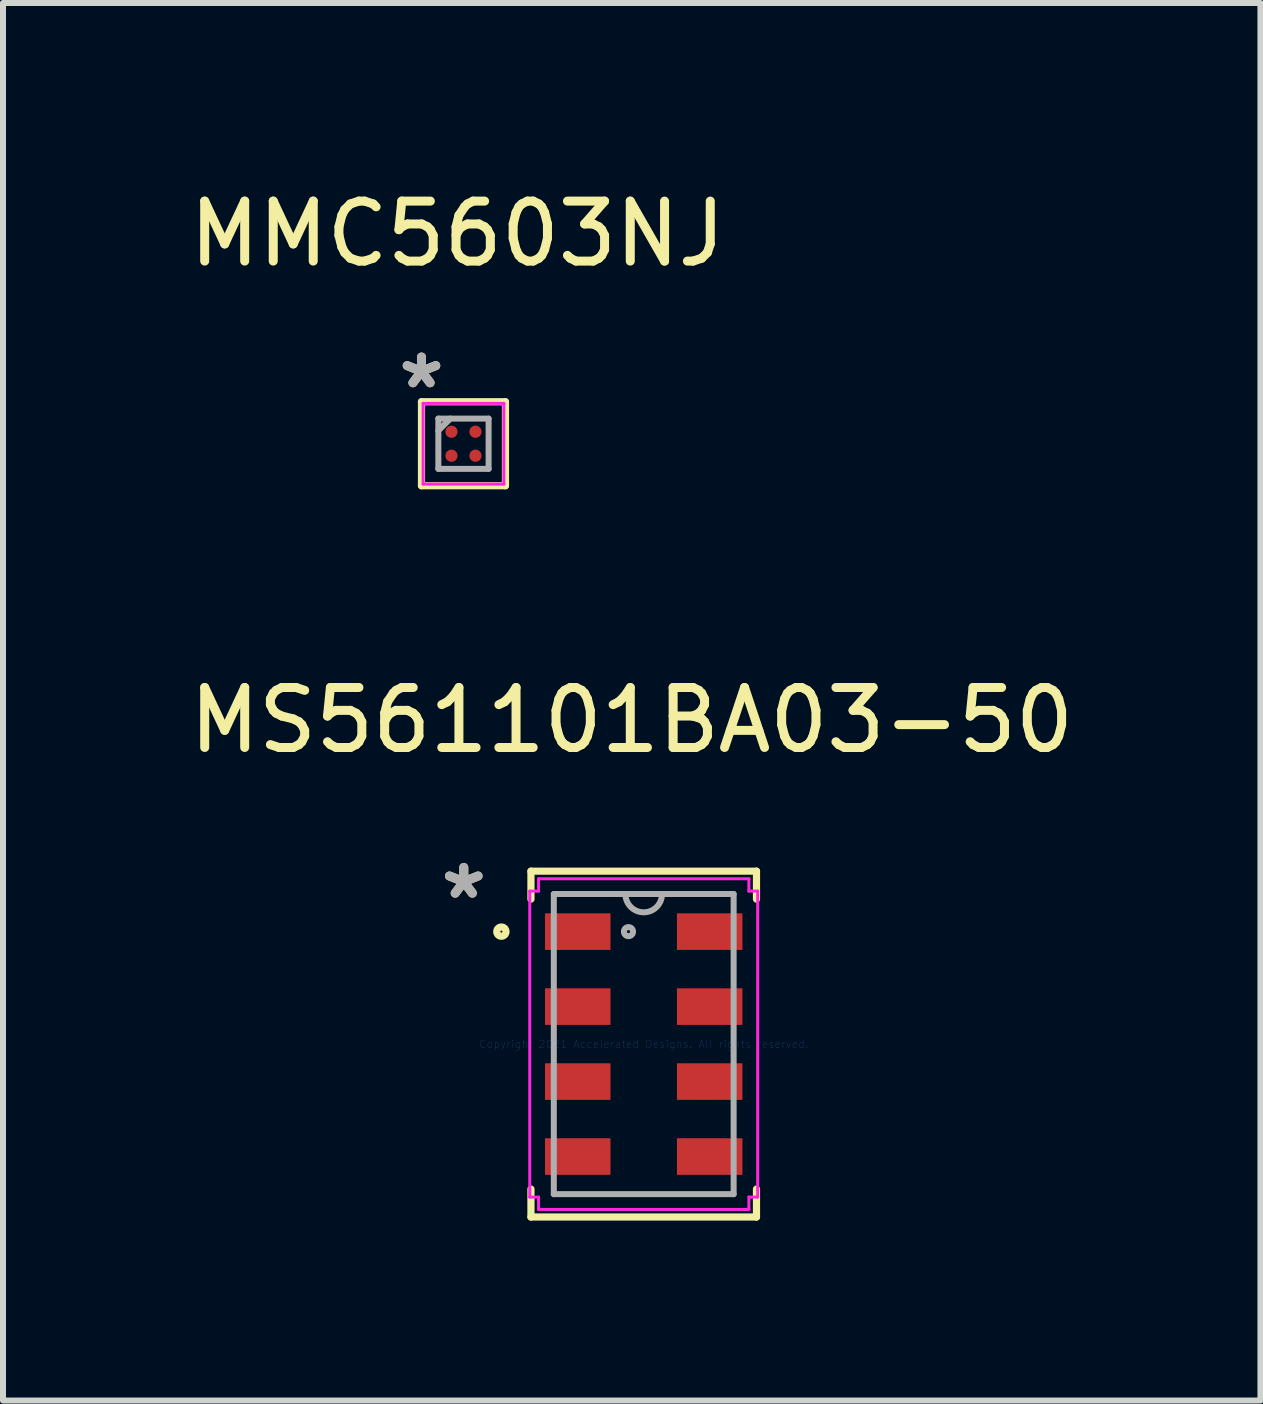
<source format=kicad_pcb>
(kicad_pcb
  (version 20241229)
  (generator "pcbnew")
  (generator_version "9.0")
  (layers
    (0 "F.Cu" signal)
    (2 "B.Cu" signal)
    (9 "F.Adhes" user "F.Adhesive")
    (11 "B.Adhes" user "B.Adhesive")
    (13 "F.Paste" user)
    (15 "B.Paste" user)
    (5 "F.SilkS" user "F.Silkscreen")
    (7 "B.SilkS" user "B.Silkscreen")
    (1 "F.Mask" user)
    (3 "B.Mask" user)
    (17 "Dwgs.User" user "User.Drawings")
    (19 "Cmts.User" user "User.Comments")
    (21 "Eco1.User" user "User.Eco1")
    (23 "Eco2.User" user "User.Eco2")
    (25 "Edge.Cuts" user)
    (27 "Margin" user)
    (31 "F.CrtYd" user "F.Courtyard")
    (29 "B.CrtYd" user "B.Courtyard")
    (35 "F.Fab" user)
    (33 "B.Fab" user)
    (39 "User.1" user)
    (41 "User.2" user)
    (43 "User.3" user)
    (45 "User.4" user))
  (footprint "MMC5603NJ"
    (layer "F.Cu")
    (at 4.677 4.348)
    (property "Reference" "MMC5603NJ" (at -0.1 -3.5 0) (layer "F.SilkS") (effects (font (size 1 1) (thickness 0.15))))
    (attr through_hole)
    (fp_line (start -0.7 -0.7) (end 0.7 -0.7) (stroke (width 0.12) (type solid)) (layer "F.SilkS"))
    (fp_line (start -0.7 0.7) (end -0.7 -0.7) (stroke (width 0.12) (type solid)) (layer "F.SilkS"))
    (fp_line (start 0.7 -0.7) (end 0.7 0.7) (stroke (width 0.12) (type solid)) (layer "F.SilkS"))
    (fp_line (start 0.7 0.7) (end -0.7 0.7) (stroke (width 0.12) (type solid)) (layer "F.SilkS"))
    (fp_line (start -0.673 -0.673) (end 0.673 -0.673) (stroke (width 0.05) (type solid)) (layer "F.CrtYd"))
    (fp_line (start -0.673 0.673) (end -0.673 -0.673) (stroke (width 0.05) (type solid)) (layer "F.CrtYd"))
    (fp_line (start 0.673 -0.673) (end 0.673 0.673) (stroke (width 0.05) (type solid)) (layer "F.CrtYd"))
    (fp_line (start 0.673 0.673) (end -0.673 0.673) (stroke (width 0.05) (type solid)) (layer "F.CrtYd"))
    (fp_line (start -0.419 -0.419) (end -0.419 0.419) (stroke (width 0.1) (type solid)) (layer "F.Fab"))
    (fp_line (start -0.419 0.419) (end 0.419 0.419) (stroke (width 0.1) (type solid)) (layer "F.Fab"))
    (fp_line (start -0.219 -0.419) (end -0.419 -0.219) (stroke (width 0.1) (type solid)) (layer "F.Fab"))
    (fp_line (start 0.419 -0.419) (end -0.419 -0.419) (stroke (width 0.1) (type solid)) (layer "F.Fab"))
    (fp_line (start 0.419 0.419) (end 0.419 -0.419) (stroke (width 0.1) (type solid)) (layer "F.Fab"))
    (fp_text user "*" (at -0.7 -0.9 0) (layer "F.SilkS") (effects (font (size 1 1) (thickness 0.15))))
    (fp_text user "*" (at -0.7 -0.9 0) (layer "F.Fab") (effects (font (size 1 1) (thickness 0.15))))
    (pad "A1" smd circle (at -0.2 -0.2) (size 0.203 0.203) (layers "F.Cu" "F.Mask" "F.Paste"))
    (pad "A2" smd circle (at 0.2 -0.2) (size 0.203 0.203) (layers "F.Cu" "F.Mask" "F.Paste"))
    (pad "B1" smd circle (at -0.2 0.2) (size 0.203 0.203) (layers "F.Cu" "F.Mask" "F.Paste"))
    (pad "B2" smd circle (at 0.2 0.2) (size 0.203 0.203) (layers "F.Cu" "F.Mask" "F.Paste")))
  (footprint "MS561101BA03-50"
    (layer "F.Cu")
    (at 7.682 14.357)
    (property "Reference" "MS561101BA03-50" (at -0.2 -5.4 0) (layer "F.SilkS") (effects (font (size 1 1) (thickness 0.15))))
    (attr through_hole)
    (fp_poly (pts (xy -1.646 -2.18) (xy -1.646 -1.57) (xy -0.554 -1.57) (xy -0.554 -2.18)) (stroke (width 0.1) (type solid)) (fill yes) (layer "F.Mask"))
    (fp_poly (pts (xy -1.646 -0.93) (xy -1.646 -0.32) (xy -0.554 -0.32) (xy -0.554 -0.93)) (stroke (width 0.1) (type solid)) (fill yes) (layer "F.Mask"))
    (fp_poly (pts (xy -1.646 0.32) (xy -1.646 0.93) (xy -0.554 0.93) (xy -0.554 0.32)) (stroke (width 0.1) (type solid)) (fill yes) (layer "F.Mask"))
    (fp_poly (pts (xy -1.646 1.57) (xy -1.646 2.18) (xy -0.554 2.18) (xy -0.554 1.57)) (stroke (width 0.1) (type solid)) (fill yes) (layer "F.Mask"))
    (fp_poly (pts (xy 0.554 -2.18) (xy 0.554 -1.57) (xy 1.646 -1.57) (xy 1.646 -2.18)) (stroke (width 0.1) (type solid)) (fill yes) (layer "F.Mask"))
    (fp_poly (pts (xy 0.554 -0.93) (xy 0.554 -0.32) (xy 1.646 -0.32) (xy 1.646 -0.93)) (stroke (width 0.1) (type solid)) (fill yes) (layer "F.Mask"))
    (fp_poly (pts (xy 0.554 0.32) (xy 0.554 0.93) (xy 1.646 0.93) (xy 1.646 0.32)) (stroke (width 0.1) (type solid)) (fill yes) (layer "F.Mask"))
    (fp_poly (pts (xy 0.554 1.57) (xy 0.554 2.18) (xy 1.646 2.18) (xy 1.646 1.57)) (stroke (width 0.1) (type solid)) (fill yes) (layer "F.Mask"))
    (fp_line (start -1.88 -2.883) (end -1.88 -2.417) (stroke (width 0.12) (type solid)) (layer "F.SilkS"))
    (fp_line (start -1.88 2.417) (end -1.88 2.883) (stroke (width 0.12) (type solid)) (layer "F.SilkS"))
    (fp_line (start -1.88 2.883) (end 1.88 2.883) (stroke (width 0.12) (type solid)) (layer "F.SilkS"))
    (fp_line (start 1.88 -2.883) (end -1.88 -2.883) (stroke (width 0.12) (type solid)) (layer "F.SilkS"))
    (fp_line (start 1.88 -2.417) (end 1.88 -2.883) (stroke (width 0.12) (type solid)) (layer "F.SilkS"))
    (fp_line (start 1.88 2.883) (end 1.88 2.417) (stroke (width 0.12) (type solid)) (layer "F.SilkS"))
    (fp_circle (center -2.373 -1.875) (end -2.296 -1.875) (stroke (width 0.12) (type solid)) (fill no) (layer "F.SilkS"))
    (fp_poly (pts (xy -1.646 -2.18) (xy -1.646 -1.57) (xy -0.554 -1.57) (xy -0.554 -2.18)) (stroke (width 0.1) (type solid)) (fill yes) (layer "F.Paste"))
    (fp_poly (pts (xy -1.646 -0.93) (xy -1.646 -0.32) (xy -0.554 -0.32) (xy -0.554 -0.93)) (stroke (width 0.1) (type solid)) (fill yes) (layer "F.Paste"))
    (fp_poly (pts (xy -1.646 0.32) (xy -1.646 0.93) (xy -0.554 0.93) (xy -0.554 0.32)) (stroke (width 0.1) (type solid)) (fill yes) (layer "F.Paste"))
    (fp_poly (pts (xy -1.646 1.57) (xy -1.646 2.18) (xy -0.554 2.18) (xy -0.554 1.57)) (stroke (width 0.1) (type solid)) (fill yes) (layer "F.Paste"))
    (fp_poly (pts (xy 0.554 -2.18) (xy 0.554 -1.57) (xy 1.646 -1.57) (xy 1.646 -2.18)) (stroke (width 0.1) (type solid)) (fill yes) (layer "F.Paste"))
    (fp_poly (pts (xy 0.554 -0.93) (xy 0.554 -0.32) (xy 1.646 -0.32) (xy 1.646 -0.93)) (stroke (width 0.1) (type solid)) (fill yes) (layer "F.Paste"))
    (fp_poly (pts (xy 0.554 0.32) (xy 0.554 0.93) (xy 1.646 0.93) (xy 1.646 0.32)) (stroke (width 0.1) (type solid)) (fill yes) (layer "F.Paste"))
    (fp_poly (pts (xy 0.554 1.57) (xy 0.554 2.18) (xy 1.646 2.18) (xy 1.646 1.57)) (stroke (width 0.1) (type solid)) (fill yes) (layer "F.Paste"))
    (fp_line (start -1.9 -2.551) (end -1.753 -2.551) (stroke (width 0.05) (type solid)) (layer "F.CrtYd"))
    (fp_line (start -1.9 2.551) (end -1.9 -2.551) (stroke (width 0.05) (type solid)) (layer "F.CrtYd"))
    (fp_line (start -1.753 -2.756) (end 1.753 -2.756) (stroke (width 0.05) (type solid)) (layer "F.CrtYd"))
    (fp_line (start -1.753 -2.551) (end -1.753 -2.756) (stroke (width 0.05) (type solid)) (layer "F.CrtYd"))
    (fp_line (start -1.753 2.551) (end -1.9 2.551) (stroke (width 0.05) (type solid)) (layer "F.CrtYd"))
    (fp_line (start -1.753 2.756) (end -1.753 2.551) (stroke (width 0.05) (type solid)) (layer "F.CrtYd"))
    (fp_line (start 1.753 -2.756) (end 1.753 -2.551) (stroke (width 0.05) (type solid)) (layer "F.CrtYd"))
    (fp_line (start 1.753 -2.551) (end 1.9 -2.551) (stroke (width 0.05) (type solid)) (layer "F.CrtYd"))
    (fp_line (start 1.753 2.551) (end 1.753 2.756) (stroke (width 0.05) (type solid)) (layer "F.CrtYd"))
    (fp_line (start 1.753 2.756) (end -1.753 2.756) (stroke (width 0.05) (type solid)) (layer "F.CrtYd"))
    (fp_line (start 1.9 -2.551) (end 1.9 2.551) (stroke (width 0.05) (type solid)) (layer "F.CrtYd"))
    (fp_line (start 1.9 2.551) (end 1.753 2.551) (stroke (width 0.05) (type solid)) (layer "F.CrtYd"))
    (fp_line (start -1.499 -2.502) (end -1.499 2.502) (stroke (width 0.1) (type solid)) (layer "F.Fab"))
    (fp_line (start -1.499 2.502) (end 1.499 2.502) (stroke (width 0.1) (type solid)) (layer "F.Fab"))
    (fp_line (start 1.499 -2.502) (end -1.499 -2.502) (stroke (width 0.1) (type solid)) (layer "F.Fab"))
    (fp_line (start 1.499 2.502) (end 1.499 -2.502) (stroke (width 0.1) (type solid)) (layer "F.Fab"))
    (fp_arc (start 0.3048 -2.5019) (mid 0 -2.1971) (end -0.3048 -2.5019) (stroke (width 0.1) (type solid)) (layer "F.Fab"))
    (fp_circle (center -0.254 -1.875) (end -0.178 -1.875) (stroke (width 0.1) (type solid)) (fill no) (layer "F.Fab"))
    (fp_text user "*" (at -3 -2.4 0) (layer "F.SilkS") (effects (font (size 1 1) (thickness 0.15))))
    (fp_text user "Copyright 2021 Accelerated Designs. All rights reserved." (at 0 0 0) (layer "Cmts.User") (effects (font (size 0.127 0.127) (thickness 0.002))))
    (fp_text user "*" (at -3 -2.4 0) (layer "F.Fab") (effects (font (size 1 1) (thickness 0.15))))
    (pad "1" smd rect (at -1.1 -1.875) (size 1.092 0.61) (layers "F.Cu" "F.Mask" "F.Paste"))
    (pad "2" smd rect (at -1.1 -0.625) (size 1.092 0.61) (layers "F.Cu" "F.Mask" "F.Paste"))
    (pad "3" smd rect (at -1.1 0.625) (size 1.092 0.61) (layers "F.Cu" "F.Mask" "F.Paste"))
    (pad "4" smd rect (at -1.1 1.875) (size 1.092 0.61) (layers "F.Cu" "F.Mask" "F.Paste"))
    (pad "5" smd rect (at 1.1 1.875) (size 1.092 0.61) (layers "F.Cu" "F.Mask" "F.Paste"))
    (pad "6" smd rect (at 1.1 0.625) (size 1.092 0.61) (layers "F.Cu" "F.Mask" "F.Paste"))
    (pad "7" smd rect (at 1.1 -0.625) (size 1.092 0.61) (layers "F.Cu" "F.Mask" "F.Paste"))
    (pad "8" smd rect (at 1.1 -1.875) (size 1.092 0.61) (layers "F.Cu" "F.Mask" "F.Paste")))
  (gr_rect
    (start -3 -3)
    (end 17.964 20.299)
    (stroke (width 0.1) (type default))
    (fill no)
    (layer "Edge.Cuts")))
</source>
